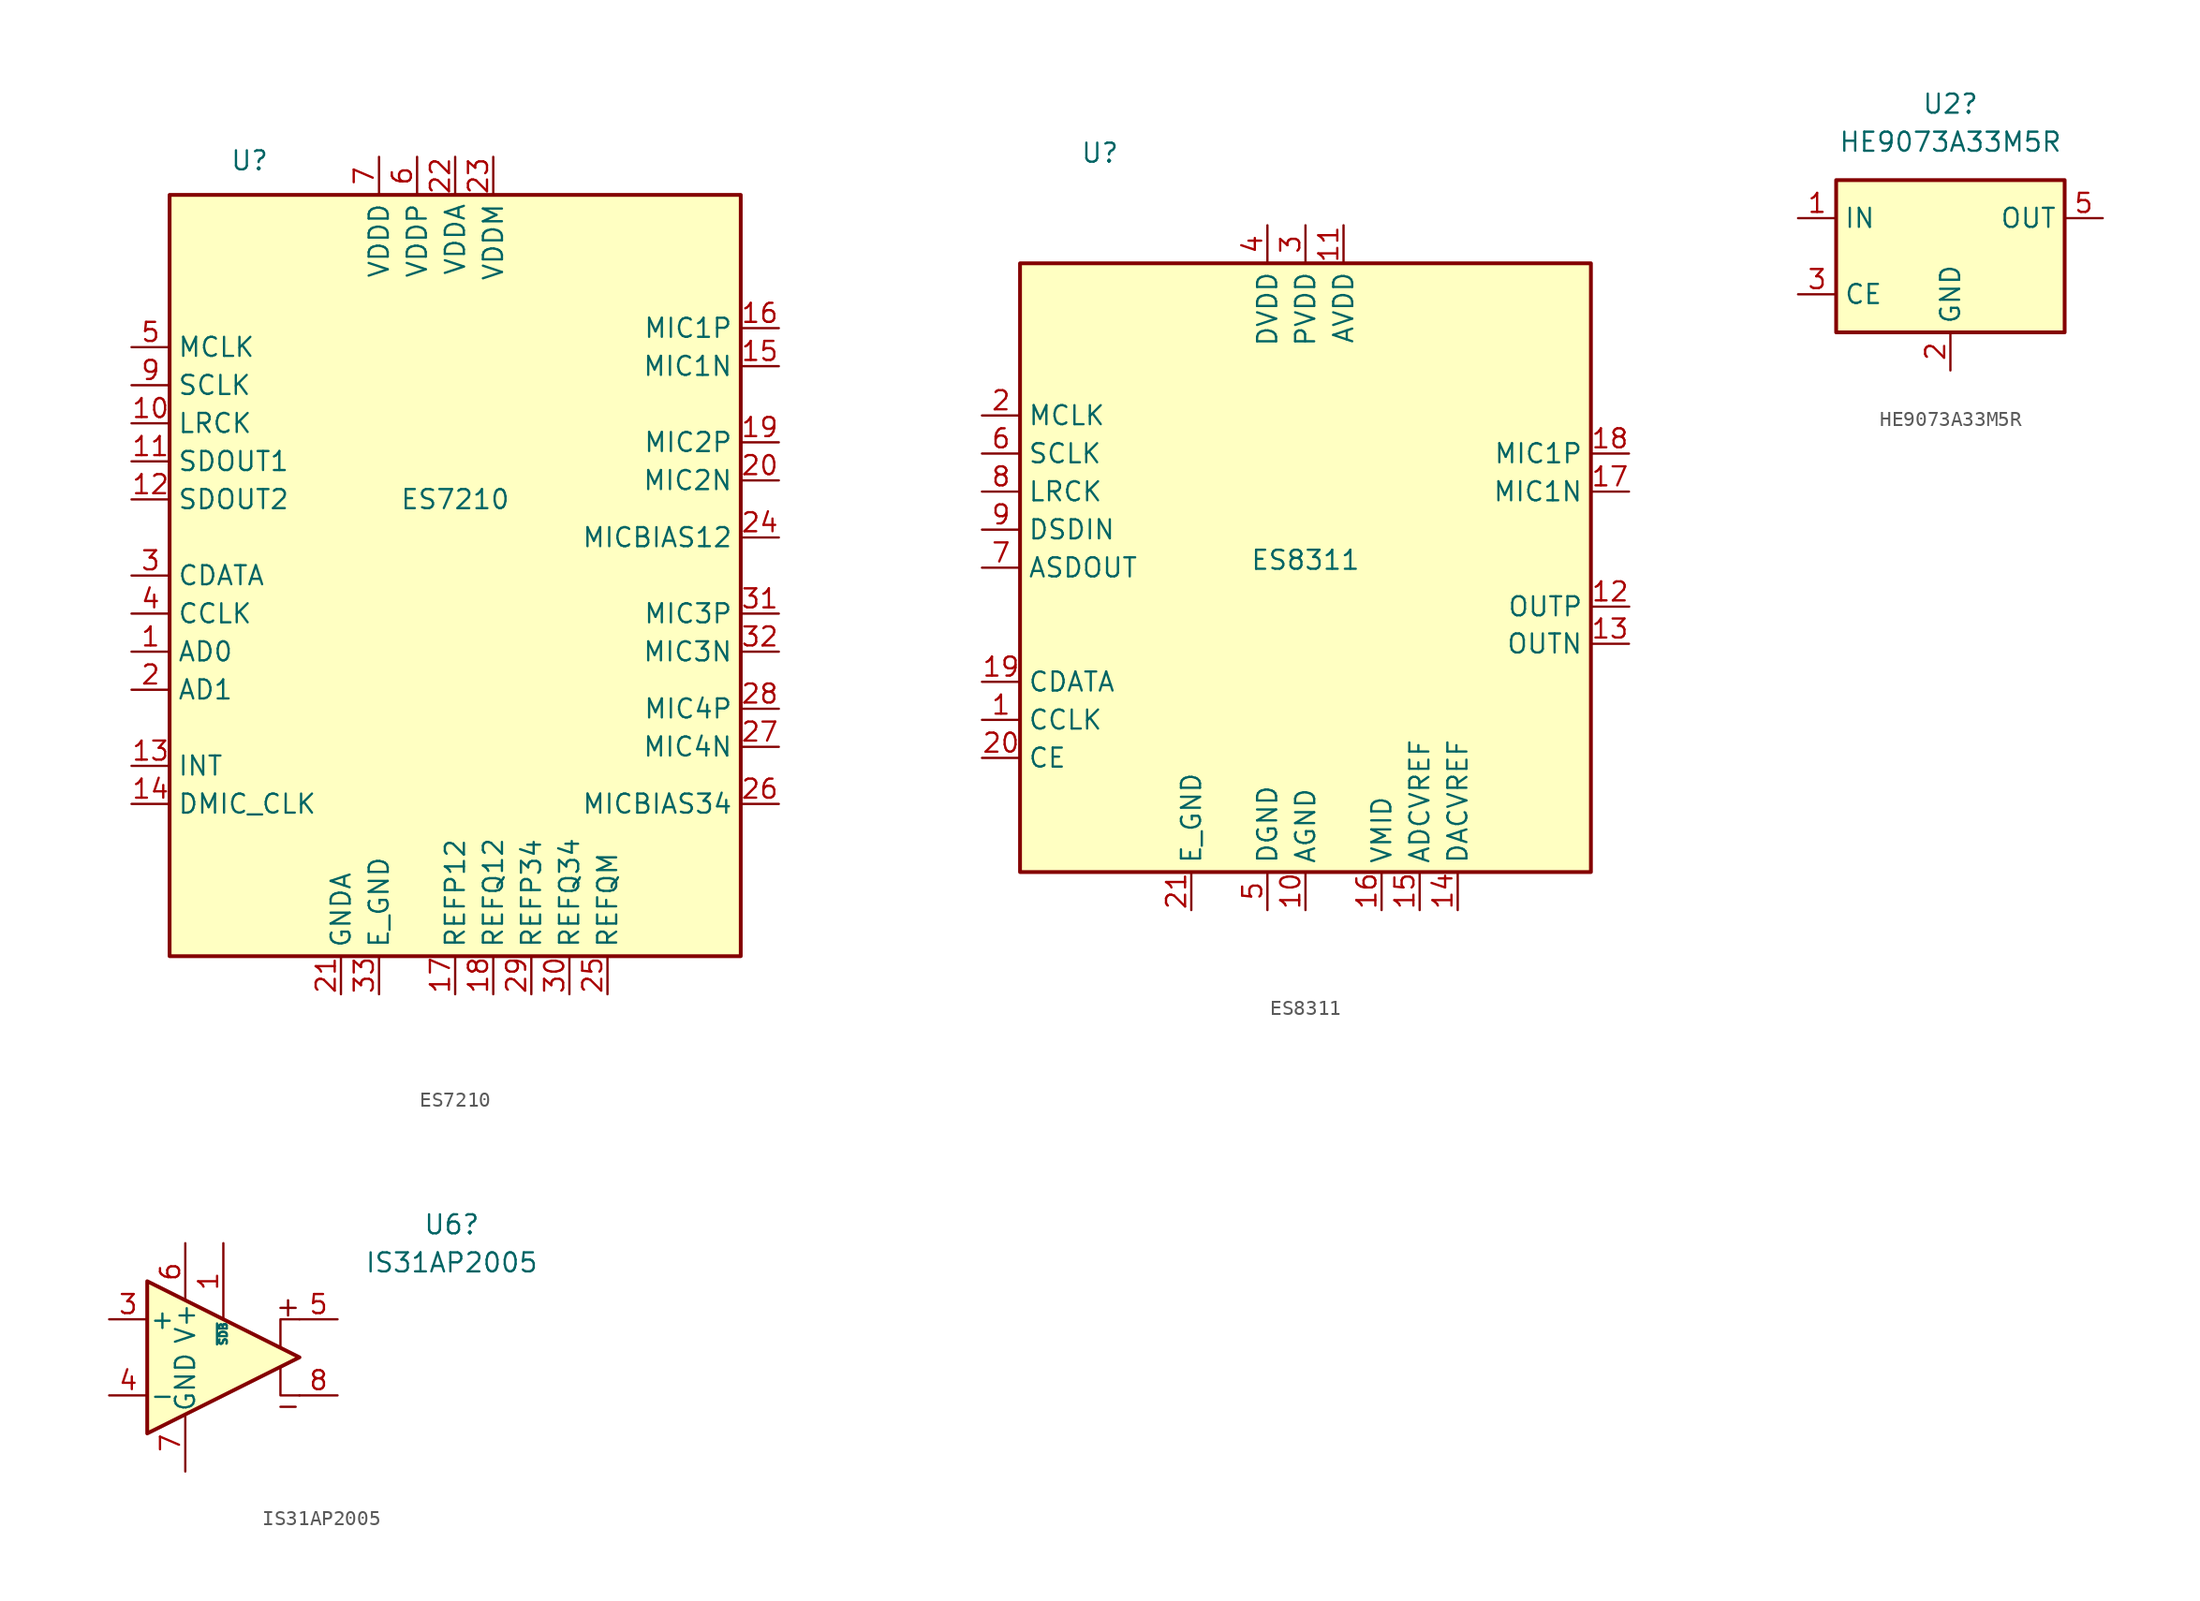
<source format=kicad_sym>
(kicad_symbol_lib
  (version 20231120)
  (generator "kicad_symbol_editor")
  (generator_version "8.0")
  (symbol "ES7210"
    (property "Reference" "U"
      (at -13.716 27.686 0)
      (effects (font (size 1.27 1.27))))
    (property "Value" "ES7210"
      (at 0 5.08 0)
      (effects (font (size 1.27 1.27))))
    (symbol "ES7210_0_1"
      (rectangle (start -19.05 25.4) (end 19.05 -25.4) (stroke (width 0.254) (type default)) (fill (type background))))
    (symbol "ES7210_1_1"
      (pin input line (at -21.59 -5.08 0) (length 2.54) (name "AD0" (effects (font (size 1.27 1.27)))) (number "1" (effects (font (size 1.27 1.27)))))
      (pin input line (at -21.59 10.16 0) (length 2.54) (name "LRCK" (effects (font (size 1.27 1.27)))) (number "10" (effects (font (size 1.27 1.27)))))
      (pin output line (at -21.59 7.62 0) (length 2.54) (name "SDOUT1" (effects (font (size 1.27 1.27)))) (number "11" (effects (font (size 1.27 1.27)))))
      (pin output line (at -21.59 5.08 0) (length 2.54) (name "SDOUT2" (effects (font (size 1.27 1.27)))) (number "12" (effects (font (size 1.27 1.27)))))
      (pin output line (at -21.59 -12.7 0) (length 2.54) (name "INT" (effects (font (size 1.27 1.27)))) (number "13" (effects (font (size 1.27 1.27)))))
      (pin output line (at -21.59 -15.24 0) (length 2.54) (name "DMIC_CLK" (effects (font (size 1.27 1.27)))) (number "14" (effects (font (size 1.27 1.27)))))
      (pin input line (at 21.59 13.97 180) (length 2.54) (name "MIC1N" (effects (font (size 1.27 1.27)))) (number "15" (effects (font (size 1.27 1.27)))))
      (pin input line (at 21.59 16.51 180) (length 2.54) (name "MIC1P" (effects (font (size 1.27 1.27)))) (number "16" (effects (font (size 1.27 1.27)))))
      (pin power_in line (at 0 -27.94 90) (length 2.54) (name "REFP12" (effects (font (size 1.27 1.27)))) (number "17" (effects (font (size 1.27 1.27)))))
      (pin power_in line (at 2.54 -27.94 90) (length 2.54) (name "REFQ12" (effects (font (size 1.27 1.27)))) (number "18" (effects (font (size 1.27 1.27)))))
      (pin input line (at 21.59 8.89 180) (length 2.54) (name "MIC2P" (effects (font (size 1.27 1.27)))) (number "19" (effects (font (size 1.27 1.27)))))
      (pin input line (at -21.59 -7.62 0) (length 2.54) (name "AD1" (effects (font (size 1.27 1.27)))) (number "2" (effects (font (size 1.27 1.27)))))
      (pin input line (at 21.59 6.35 180) (length 2.54) (name "MIC2N" (effects (font (size 1.27 1.27)))) (number "20" (effects (font (size 1.27 1.27)))))
      (pin power_in line (at -7.62 -27.94 90) (length 2.54) (name "GNDA" (effects (font (size 1.27 1.27)))) (number "21" (effects (font (size 1.27 1.27)))))
      (pin power_in line (at 0 27.94 270) (length 2.54) (name "VDDA" (effects (font (size 1.27 1.27)))) (number "22" (effects (font (size 1.27 1.27)))))
      (pin power_in line (at 2.54 27.94 270) (length 2.54) (name "VDDM" (effects (font (size 1.27 1.27)))) (number "23" (effects (font (size 1.27 1.27)))))
      (pin power_in line (at 21.59 2.54 180) (length 2.54) (name "MICBIAS12" (effects (font (size 1.27 1.27)))) (number "24" (effects (font (size 1.27 1.27)))))
      (pin power_in line (at 10.16 -27.94 90) (length 2.54) (name "REFQM" (effects (font (size 1.27 1.27)))) (number "25" (effects (font (size 1.27 1.27)))))
      (pin power_in line (at 21.59 -15.24 180) (length 2.54) (name "MICBIAS34" (effects (font (size 1.27 1.27)))) (number "26" (effects (font (size 1.27 1.27)))))
      (pin input line (at 21.59 -11.43 180) (length 2.54) (name "MIC4N" (effects (font (size 1.27 1.27)))) (number "27" (effects (font (size 1.27 1.27)))))
      (pin input line (at 21.59 -8.89 180) (length 2.54) (name "MIC4P" (effects (font (size 1.27 1.27)))) (number "28" (effects (font (size 1.27 1.27)))))
      (pin power_in line (at 5.08 -27.94 90) (length 2.54) (name "REFP34" (effects (font (size 1.27 1.27)))) (number "29" (effects (font (size 1.27 1.27)))))
      (pin bidirectional line (at -21.59 0 0) (length 2.54) (name "CDATA" (effects (font (size 1.27 1.27)))) (number "3" (effects (font (size 1.27 1.27)))))
      (pin power_in line (at 7.62 -27.94 90) (length 2.54) (name "REFQ34" (effects (font (size 1.27 1.27)))) (number "30" (effects (font (size 1.27 1.27)))))
      (pin input line (at 21.59 -2.54 180) (length 2.54) (name "MIC3P" (effects (font (size 1.27 1.27)))) (number "31" (effects (font (size 1.27 1.27)))))
      (pin input line (at 21.59 -5.08 180) (length 2.54) (name "MIC3N" (effects (font (size 1.27 1.27)))) (number "32" (effects (font (size 1.27 1.27)))))
      (pin power_in line (at -5.08 -27.94 90) (length 2.54) (name "E_GND" (effects (font (size 1.27 1.27)))) (number "33" (effects (font (size 1.27 1.27)))))
      (pin input line (at -21.59 -2.54 0) (length 2.54) (name "CCLK" (effects (font (size 1.27 1.27)))) (number "4" (effects (font (size 1.27 1.27)))))
      (pin input line (at -21.59 15.24 0) (length 2.54) (name "MCLK" (effects (font (size 1.27 1.27)))) (number "5" (effects (font (size 1.27 1.27)))))
      (pin power_in line (at -2.54 27.94 270) (length 2.54) (name "VDDP" (effects (font (size 1.27 1.27)))) (number "6" (effects (font (size 1.27 1.27)))))
      (pin power_in line (at -5.08 27.94 270) (length 2.54) (name "VDDD" (effects (font (size 1.27 1.27)))) (number "7" (effects (font (size 1.27 1.27)))))
      (pin input line (at -21.59 12.7 0) (length 2.54) (name "SCLK" (effects (font (size 1.27 1.27)))) (number "9" (effects (font (size 1.27 1.27)))))))
  (symbol "ES8311"
    (property "Reference" "U"
      (at -13.716 27.686 0)
      (effects (font (size 1.27 1.27))))
    (property "Value" "ES8311"
      (at 0 0.508 0)
      (effects (font (size 1.27 1.27))))
    (symbol "ES8311_0_1"
      (rectangle (start -19.05 20.32) (end 19.05 -20.32) (stroke (width 0.254) (type default)) (fill (type background))))
    (symbol "ES8311_1_1"
      (pin input line (at -21.59 -10.16 0) (length 2.54) (name "CCLK" (effects (font (size 1.27 1.27)))) (number "1" (effects (font (size 1.27 1.27)))))
      (pin power_in line (at 0 -22.86 90) (length 2.54) (name "AGND" (effects (font (size 1.27 1.27)))) (number "10" (effects (font (size 1.27 1.27)))))
      (pin power_in line (at 2.54 22.86 270) (length 2.54) (name "AVDD" (effects (font (size 1.27 1.27)))) (number "11" (effects (font (size 1.27 1.27)))))
      (pin output line (at 21.604 -2.6 180) (length 2.54) (name "OUTP" (effects (font (size 1.27 1.27)))) (number "12" (effects (font (size 1.27 1.27)))))
      (pin output line (at 21.59 -5.08 180) (length 2.54) (name "OUTN" (effects (font (size 1.27 1.27)))) (number "13" (effects (font (size 1.27 1.27)))))
      (pin power_in line (at 10.16 -22.86 90) (length 2.54) (name "DACVREF" (effects (font (size 1.27 1.27)))) (number "14" (effects (font (size 1.27 1.27)))))
      (pin power_in line (at 7.62 -22.86 90) (length 2.54) (name "ADCVREF" (effects (font (size 1.27 1.27)))) (number "15" (effects (font (size 1.27 1.27)))))
      (pin power_in line (at 5.08 -22.86 90) (length 2.54) (name "VMID" (effects (font (size 1.27 1.27)))) (number "16" (effects (font (size 1.27 1.27)))))
      (pin input line (at 21.59 5.08 180) (length 2.54) (name "MIC1N" (effects (font (size 1.27 1.27)))) (number "17" (effects (font (size 1.27 1.27)))))
      (pin input line (at 21.59 7.62 180) (length 2.54) (name "MIC1P" (effects (font (size 1.27 1.27)))) (number "18" (effects (font (size 1.27 1.27)))))
      (pin bidirectional line (at -21.59 -7.62 0) (length 2.54) (name "CDATA" (effects (font (size 1.27 1.27)))) (number "19" (effects (font (size 1.27 1.27)))))
      (pin input line (at -21.59 10.16 0) (length 2.54) (name "MCLK" (effects (font (size 1.27 1.27)))) (number "2" (effects (font (size 1.27 1.27)))))
      (pin input line (at -21.59 -12.7 0) (length 2.54) (name "CE" (effects (font (size 1.27 1.27)))) (number "20" (effects (font (size 1.27 1.27)))))
      (pin power_in line (at -7.62 -22.86 90) (length 2.54) (name "E_GND" (effects (font (size 1.27 1.27)))) (number "21" (effects (font (size 1.27 1.27)))))
      (pin power_in line (at 0 22.86 270) (length 2.54) (name "PVDD" (effects (font (size 1.27 1.27)))) (number "3" (effects (font (size 1.27 1.27)))))
      (pin power_in line (at -2.54 22.86 270) (length 2.54) (name "DVDD" (effects (font (size 1.27 1.27)))) (number "4" (effects (font (size 1.27 1.27)))))
      (pin power_in line (at -2.54 -22.86 90) (length 2.54) (name "DGND" (effects (font (size 1.27 1.27)))) (number "5" (effects (font (size 1.27 1.27)))))
      (pin input line (at -21.59 7.62 0) (length 2.54) (name "SCLK" (effects (font (size 1.27 1.27)))) (number "6" (effects (font (size 1.27 1.27)))))
      (pin output line (at -21.59 0 0) (length 2.54) (name "ASDOUT" (effects (font (size 1.27 1.27)))) (number "7" (effects (font (size 1.27 1.27)))))
      (pin input line (at -21.59 5.08 0) (length 2.54) (name "LRCK" (effects (font (size 1.27 1.27)))) (number "8" (effects (font (size 1.27 1.27)))))
      (pin input line (at -21.59 2.54 0) (length 2.54) (name "DSDIN" (effects (font (size 1.27 1.27)))) (number "9" (effects (font (size 1.27 1.27)))))))
  (symbol "HE9073A33M5R"
    (property "Reference" "U2"
      (at 0 10.16 0)
      (effects (font (size 1.27 1.27))))
    (property "Value" "HE9073A33M5R"
      (at 0 7.62 0)
      (effects (font (size 1.27 1.27))))
    (symbol "HE9073A33M5R_0_1"
      (rectangle (start -7.62 5.08) (end 7.62 -5.08) (stroke (width 0.254) (type default)) (fill (type background))))
    (symbol "HE9073A33M5R_1_1"
      (pin power_in line (at -10.16 2.54 0) (length 2.54) (name "IN" (effects (font (size 1.27 1.27)))) (number "1" (effects (font (size 1.27 1.27)))))
      (pin power_in line (at 0 -7.62 90) (length 2.54) (name "GND" (effects (font (size 1.27 1.27)))) (number "2" (effects (font (size 1.27 1.27)))))
      (pin input line (at -10.16 -2.54 0) (length 2.54) (name "CE" (effects (font (size 1.27 1.27)))) (number "3" (effects (font (size 1.27 1.27)))))
      (pin no_connect line (at 10.16 -2.54 180) (length 2.54) hide (name "NC" (effects (font (size 1.27 1.27)))) (number "4" (effects (font (size 1.27 1.27)))))
      (pin power_out line (at 10.16 2.54 180) (length 2.54) (name "OUT" (effects (font (size 1.27 1.27)))) (number "5" (effects (font (size 1.27 1.27)))))))
  (symbol "IS31AP2005"
    (pin_names
      (offset 0.127))
    (property "Reference" "U6"
      (at 15.24 8.859 0)
      (effects (font (size 1.27 1.27))))
    (property "Value" "IS31AP2005"
      (at 15.24 6.319 0)
      (effects (font (size 1.27 1.27))))
    (symbol "IS31AP2005_0_1"
      (polyline (pts (xy 3.81 -3.302) (xy 4.826 -3.302)) (stroke (width 0) (type default)) (fill (type none)))
      (polyline (pts (xy 3.81 3.302) (xy 4.826 3.302)) (stroke (width 0) (type default)) (fill (type none)))
      (polyline (pts (xy 4.318 2.794) (xy 4.318 3.81)) (stroke (width 0) (type default)) (fill (type none))))
    (symbol "IS31AP2005_1_1"
      (polyline (pts (xy 3.81 -0.635) (xy 3.81 -2.54) (xy 5.08 -2.54)) (stroke (width 0) (type default)) (fill (type none)))
      (polyline (pts (xy 5.08 2.54) (xy 3.81 2.54) (xy 3.81 0.635)) (stroke (width 0) (type default)) (fill (type none)))
      (polyline (pts (xy -5.08 5.08) (xy 5.08 0) (xy -5.08 -5.08) (xy -5.08 5.08)) (stroke (width 0.254) (type default)) (fill (type background)))
      (pin input line (at 0 7.62 270) (length 5.08) (name "~{SDB}" (effects (font (size 0.508 0.508)))) (number "1" (effects (font (size 1.27 1.27)))))
      (pin passive line (at 0 -7.62 90) (length 5.08) hide (name "NC" (effects (font (size 0.508 0.508)))) (number "2" (effects (font (size 1.27 1.27)))))
      (pin input line (at -7.62 2.54 0) (length 2.54) (name "+" (effects (font (size 1.27 1.27)))) (number "3" (effects (font (size 1.27 1.27)))))
      (pin input line (at -7.62 -2.54 0) (length 2.54) (name "-" (effects (font (size 1.27 1.27)))) (number "4" (effects (font (size 1.27 1.27)))))
      (pin output line (at 7.62 2.54 180) (length 2.54) (name "~" (effects (font (size 1.27 1.27)))) (number "5" (effects (font (size 1.27 1.27)))))
      (pin power_in line (at -2.54 7.62 270) (length 3.81) (name "V+" (effects (font (size 1.27 1.27)))) (number "6" (effects (font (size 1.27 1.27)))))
      (pin power_in line (at -2.54 -7.62 90) (length 3.81) (name "GND" (effects (font (size 1.27 1.27)))) (number "7" (effects (font (size 1.27 1.27)))))
      (pin output line (at 7.62 -2.54 180) (length 2.54) (name "~" (effects (font (size 1.27 1.27)))) (number "8" (effects (font (size 1.27 1.27))))))))
</source>
